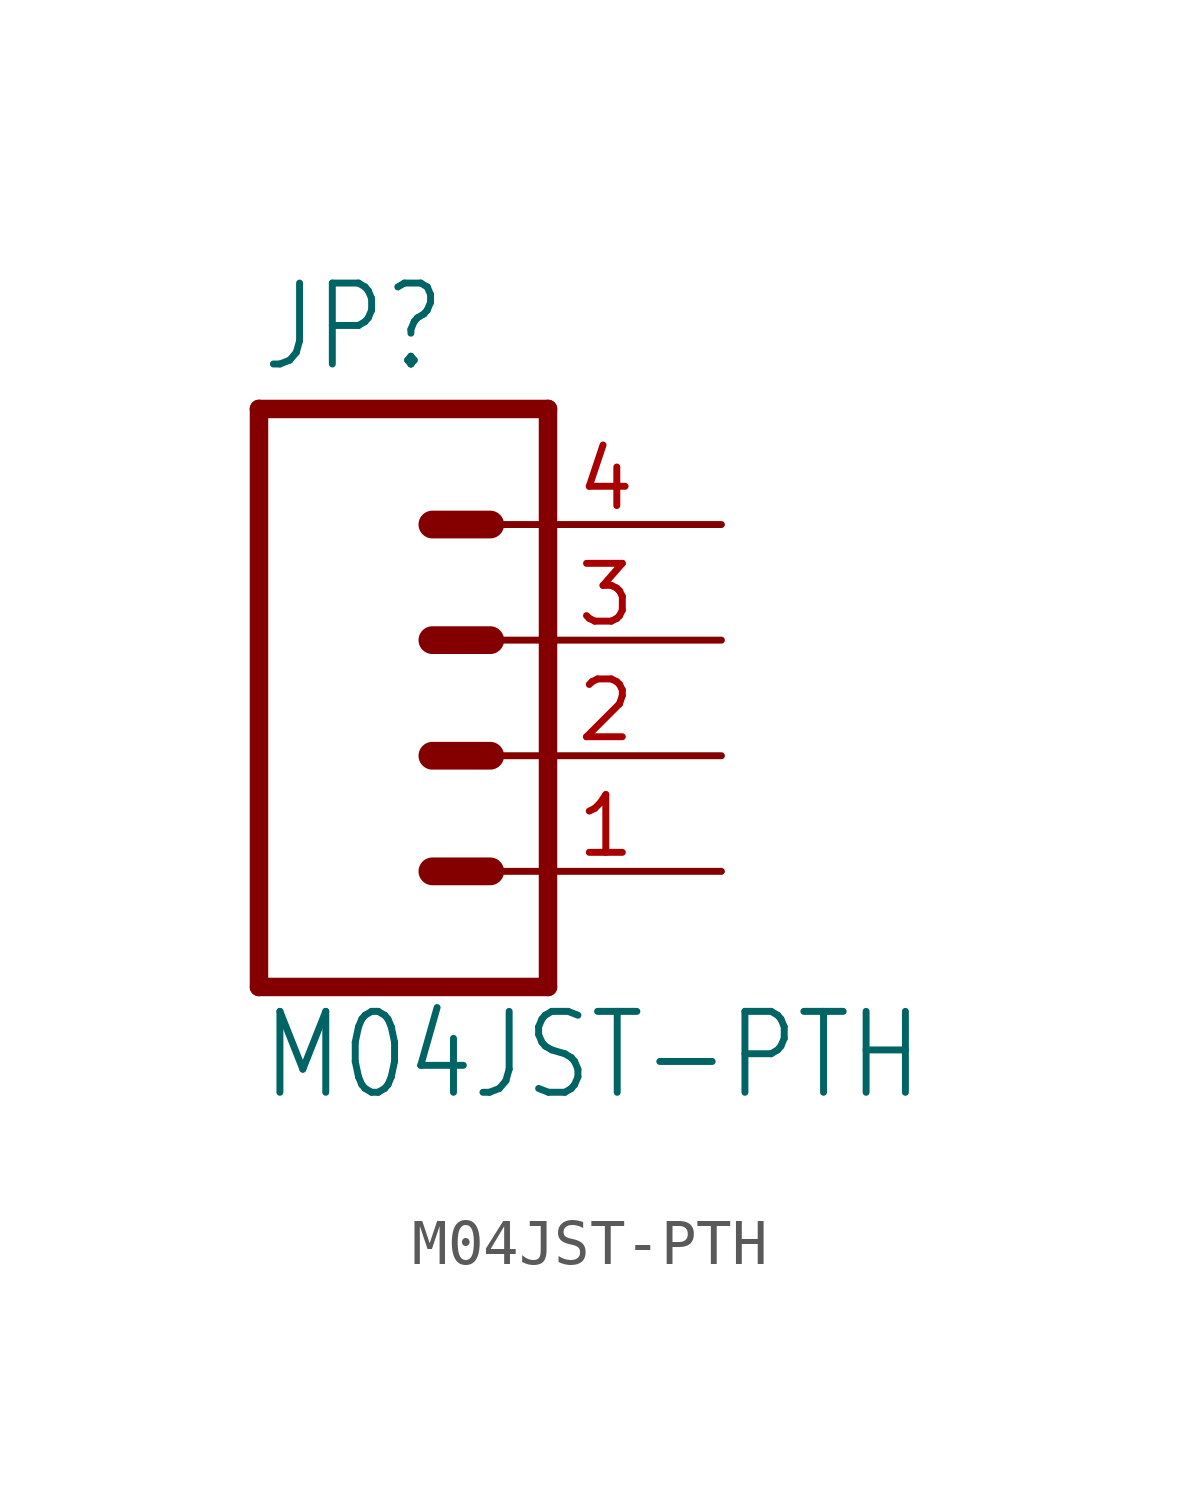
<source format=kicad_sym>
(kicad_symbol_lib
  (version 20211014)
  (generator kicad_symbol_editor)
  (symbol "M04JST-PTH"
    (property "Reference" "JP"
      (at -5.08 8.382 0)
      (effects (font (size 1.778 1.511)) (justify left bottom)))
    (property "Value" "M04JST-PTH"
      (at -5.08 -7.62 0)
      (effects (font (size 1.778 1.511)) (justify left bottom)))
    (property "ki_locked" ""
      (at 0 0 0)
      (effects (font (size 1.27 1.27))))
    (symbol "M04JST-PTH_1_0"
      (polyline (pts (xy -5.08 7.62) (xy -5.08 -5.08)) (stroke (width 0.406) (type default) (color 0 0 0 0)) (fill (type none)))
      (polyline (pts (xy -5.08 7.62) (xy 1.27 7.62)) (stroke (width 0.406) (type default) (color 0 0 0 0)) (fill (type none)))
      (polyline (pts (xy -1.27 -2.54) (xy 0 -2.54)) (stroke (width 0.61) (type default) (color 0 0 0 0)) (fill (type none)))
      (polyline (pts (xy -1.27 0) (xy 0 0)) (stroke (width 0.61) (type default) (color 0 0 0 0)) (fill (type none)))
      (polyline (pts (xy -1.27 2.54) (xy 0 2.54)) (stroke (width 0.61) (type default) (color 0 0 0 0)) (fill (type none)))
      (polyline (pts (xy -1.27 5.08) (xy 0 5.08)) (stroke (width 0.61) (type default) (color 0 0 0 0)) (fill (type none)))
      (polyline (pts (xy 1.27 -5.08) (xy -5.08 -5.08)) (stroke (width 0.406) (type default) (color 0 0 0 0)) (fill (type none)))
      (polyline (pts (xy 1.27 -5.08) (xy 1.27 7.62)) (stroke (width 0.406) (type default) (color 0 0 0 0)) (fill (type none)))
      (pin passive line (at 5.08 -2.54 180) (length 5.08) (name "1" (effects (font (size 0 0)))) (number "1" (effects (font (size 1.27 1.27)))))
      (pin passive line (at 5.08 0 180) (length 5.08) (name "2" (effects (font (size 0 0)))) (number "2" (effects (font (size 1.27 1.27)))))
      (pin passive line (at 5.08 2.54 180) (length 5.08) (name "3" (effects (font (size 0 0)))) (number "3" (effects (font (size 1.27 1.27)))))
      (pin passive line (at 5.08 5.08 180) (length 5.08) (name "4" (effects (font (size 0 0)))) (number "4" (effects (font (size 1.27 1.27))))))))
</source>
